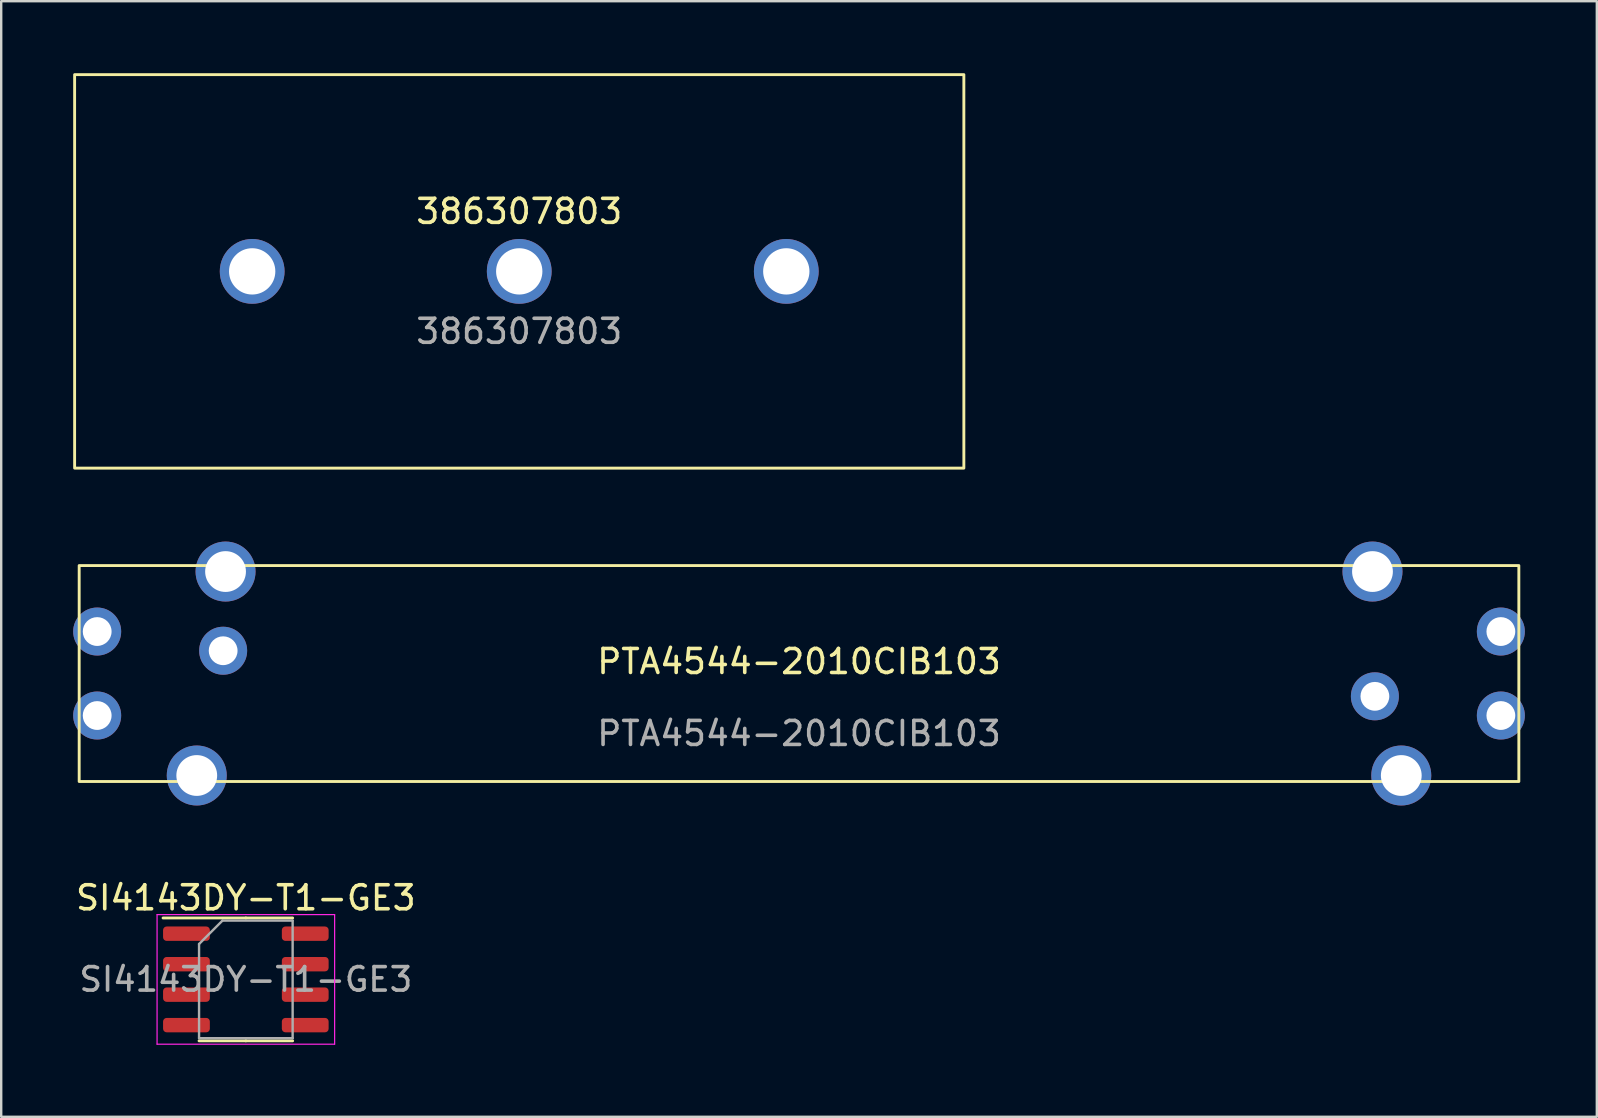
<source format=kicad_pcb>
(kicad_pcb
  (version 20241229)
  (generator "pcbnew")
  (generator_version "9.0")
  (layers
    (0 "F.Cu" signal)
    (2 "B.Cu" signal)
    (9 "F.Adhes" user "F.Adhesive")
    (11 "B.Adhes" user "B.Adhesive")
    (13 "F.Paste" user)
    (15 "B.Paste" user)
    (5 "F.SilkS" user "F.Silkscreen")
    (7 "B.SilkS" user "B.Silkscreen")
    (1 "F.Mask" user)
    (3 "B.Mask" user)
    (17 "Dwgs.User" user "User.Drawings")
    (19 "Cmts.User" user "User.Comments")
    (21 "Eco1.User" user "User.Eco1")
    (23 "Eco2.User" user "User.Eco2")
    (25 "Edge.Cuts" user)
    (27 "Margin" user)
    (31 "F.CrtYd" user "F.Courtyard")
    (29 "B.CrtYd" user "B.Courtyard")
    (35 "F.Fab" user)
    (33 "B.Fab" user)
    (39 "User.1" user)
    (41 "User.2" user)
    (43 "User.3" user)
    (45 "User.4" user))
  (footprint "PTA4544-2010CIB103"
    (layer "F.Cu")
    (at 30.25 25.02)
    (property "Reference" "PTA4544-2010CIB103" (at 0 -0.5 0) (unlocked yes) (layer "F.SilkS") (effects (font (size 1 1) (thickness 0.15))))
    (attr through_hole)
    (fp_rect (start -30 -4.5) (end 30 4.5) (stroke (width 0.12) (type solid)) (fill no) (layer "F.SilkS"))
    (fp_text user "${REFERENCE}" (at 0 2.5 0) (unlocked yes) (layer "F.Fab") (effects (font (size 1 1) (thickness 0.15))))
    (pad "" thru_hole circle (at -25.1 4.25) (size 2.5 2.5) (drill 1.7) (layers "*.Cu" "*.Mask"))
    (pad "" thru_hole circle (at -23.9 -4.25) (size 2.5 2.5) (drill 1.7) (layers "*.Cu" "*.Mask"))
    (pad "" thru_hole circle (at 23.9 -4.25) (size 2.5 2.5) (drill 1.7) (layers "*.Cu" "*.Mask"))
    (pad "" thru_hole circle (at 25.1 4.25) (size 2.5 2.5) (drill 1.7) (layers "*.Cu" "*.Mask"))
    (pad "1" thru_hole circle (at -29.25 -1.75) (size 2 2) (drill 1.2) (layers "*.Cu" "*.Mask"))
    (pad "2" thru_hole circle (at -24 -0.95) (size 2 2) (drill 1.2) (layers "*.Cu" "*.Mask"))
    (pad "3" thru_hole circle (at 29.25 -1.75) (size 2 2) (drill 1.2) (layers "*.Cu" "*.Mask"))
    (pad "4" thru_hole circle (at -29.25 1.75) (size 2 2) (drill 1.2) (layers "*.Cu" "*.Mask"))
    (pad "5" thru_hole circle (at 24 0.95) (size 2 2) (drill 1.2) (layers "*.Cu" "*.Mask"))
    (pad "6" thru_hole circle (at 29.25 1.75) (size 2 2) (drill 1.2) (layers "*.Cu" "*.Mask")))
  (footprint "386307803"
    (layer "F.Cu")
    (at 18.59 8.26)
    (property "Reference" "386307803" (at 0 -2.5 0) (unlocked yes) (layer "F.SilkS") (effects (font (size 1 1) (thickness 0.15))))
    (attr through_hole)
    (fp_rect (start -18.53 -8.2) (end 18.53 8.2) (stroke (width 0.12) (type solid)) (fill no) (layer "F.SilkS"))
    (fp_text user "${REFERENCE}" (at 0 2.5 0) (unlocked yes) (layer "F.Fab") (effects (font (size 1 1) (thickness 0.15))))
    (pad "1" thru_hole circle (at -11.13 0) (size 2.7 2.7) (drill 1.93) (layers "*.Cu" "*.Mask"))
    (pad "2" thru_hole circle (at 0 0) (size 2.7 2.7) (drill 1.93) (layers "*.Cu" "*.Mask"))
    (pad "3" thru_hole circle (at 11.13 0) (size 2.7 2.7) (drill 1.93) (layers "*.Cu" "*.Mask")))
  (footprint "SI4143DY-T1-GE3"
    (layer "F.Cu")
    (at 7.196 37.768)
    (property "Reference" "SI4143DY-T1-GE3" (at 0 -3.4 0) (layer "F.SilkS") (effects (font (size 1 1) (thickness 0.15))))
    (attr smd)
    (fp_line (start 0 -2.56) (end -3.45 -2.56) (stroke (width 0.12) (type solid)) (layer "F.SilkS"))
    (fp_line (start 0 -2.56) (end 1.95 -2.56) (stroke (width 0.12) (type solid)) (layer "F.SilkS"))
    (fp_line (start 0 2.56) (end -1.95 2.56) (stroke (width 0.12) (type solid)) (layer "F.SilkS"))
    (fp_line (start 0 2.56) (end 1.95 2.56) (stroke (width 0.12) (type solid)) (layer "F.SilkS"))
    (fp_line (start -3.7 -2.7) (end -3.7 2.7) (stroke (width 0.05) (type solid)) (layer "F.CrtYd"))
    (fp_line (start -3.7 2.7) (end 3.7 2.7) (stroke (width 0.05) (type solid)) (layer "F.CrtYd"))
    (fp_line (start 3.7 -2.7) (end -3.7 -2.7) (stroke (width 0.05) (type solid)) (layer "F.CrtYd"))
    (fp_line (start 3.7 2.7) (end 3.7 -2.7) (stroke (width 0.05) (type solid)) (layer "F.CrtYd"))
    (fp_line (start -1.95 -1.475) (end -0.975 -2.45) (stroke (width 0.1) (type solid)) (layer "F.Fab"))
    (fp_line (start -1.95 2.45) (end -1.95 -1.475) (stroke (width 0.1) (type solid)) (layer "F.Fab"))
    (fp_line (start -0.975 -2.45) (end 1.95 -2.45) (stroke (width 0.1) (type solid)) (layer "F.Fab"))
    (fp_line (start 1.95 -2.45) (end 1.95 2.45) (stroke (width 0.1) (type solid)) (layer "F.Fab"))
    (fp_line (start 1.95 2.45) (end -1.95 2.45) (stroke (width 0.1) (type solid)) (layer "F.Fab"))
    (fp_text user "${REFERENCE}" (at 0 0 0) (layer "F.Fab") (effects (font (size 0.98 0.98) (thickness 0.15))))
    (pad "" smd roundrect (at -0.57 -0.75) (size 0.92 1.21) (layers "F.Paste") (roundrect_rratio 0.25))
    (pad "" smd roundrect (at -0.57 0.75) (size 0.92 1.21) (layers "F.Paste") (roundrect_rratio 0.25))
    (pad "" smd roundrect (at 0.57 -0.75) (size 0.92 1.21) (layers "F.Paste") (roundrect_rratio 0.25))
    (pad "" smd roundrect (at 0.57 0.75) (size 0.92 1.21) (layers "F.Paste") (roundrect_rratio 0.25))
    (pad "1" smd roundrect (at -2.475 -1.905) (size 1.95 0.6) (layers "F.Cu" "F.Mask" "F.Paste") (roundrect_rratio 0.25))
    (pad "1" smd roundrect (at -2.475 -0.635) (size 1.95 0.6) (layers "F.Cu" "F.Mask" "F.Paste") (roundrect_rratio 0.25))
    (pad "1" smd roundrect (at -2.475 0.635) (size 1.95 0.6) (layers "F.Cu" "F.Mask" "F.Paste") (roundrect_rratio 0.25))
    (pad "2" smd roundrect (at -2.475 1.905) (size 1.95 0.6) (layers "F.Cu" "F.Mask" "F.Paste") (roundrect_rratio 0.25))
    (pad "3" smd roundrect (at 2.475 -1.905) (size 1.95 0.6) (layers "F.Cu" "F.Mask" "F.Paste") (roundrect_rratio 0.25))
    (pad "3" smd roundrect (at 2.475 -0.635) (size 1.95 0.6) (layers "F.Cu" "F.Mask" "F.Paste") (roundrect_rratio 0.25))
    (pad "3" smd roundrect (at 2.475 0.635) (size 1.95 0.6) (layers "F.Cu" "F.Mask" "F.Paste") (roundrect_rratio 0.25))
    (pad "3" smd roundrect (at 2.475 1.905) (size 1.95 0.6) (layers "F.Cu" "F.Mask" "F.Paste") (roundrect_rratio 0.25)))
  (gr_rect
    (start -3 -3)
    (end 63.5 43.493)
    (stroke (width 0.1) (type default))
    (fill no)
    (layer "Edge.Cuts")))
</source>
